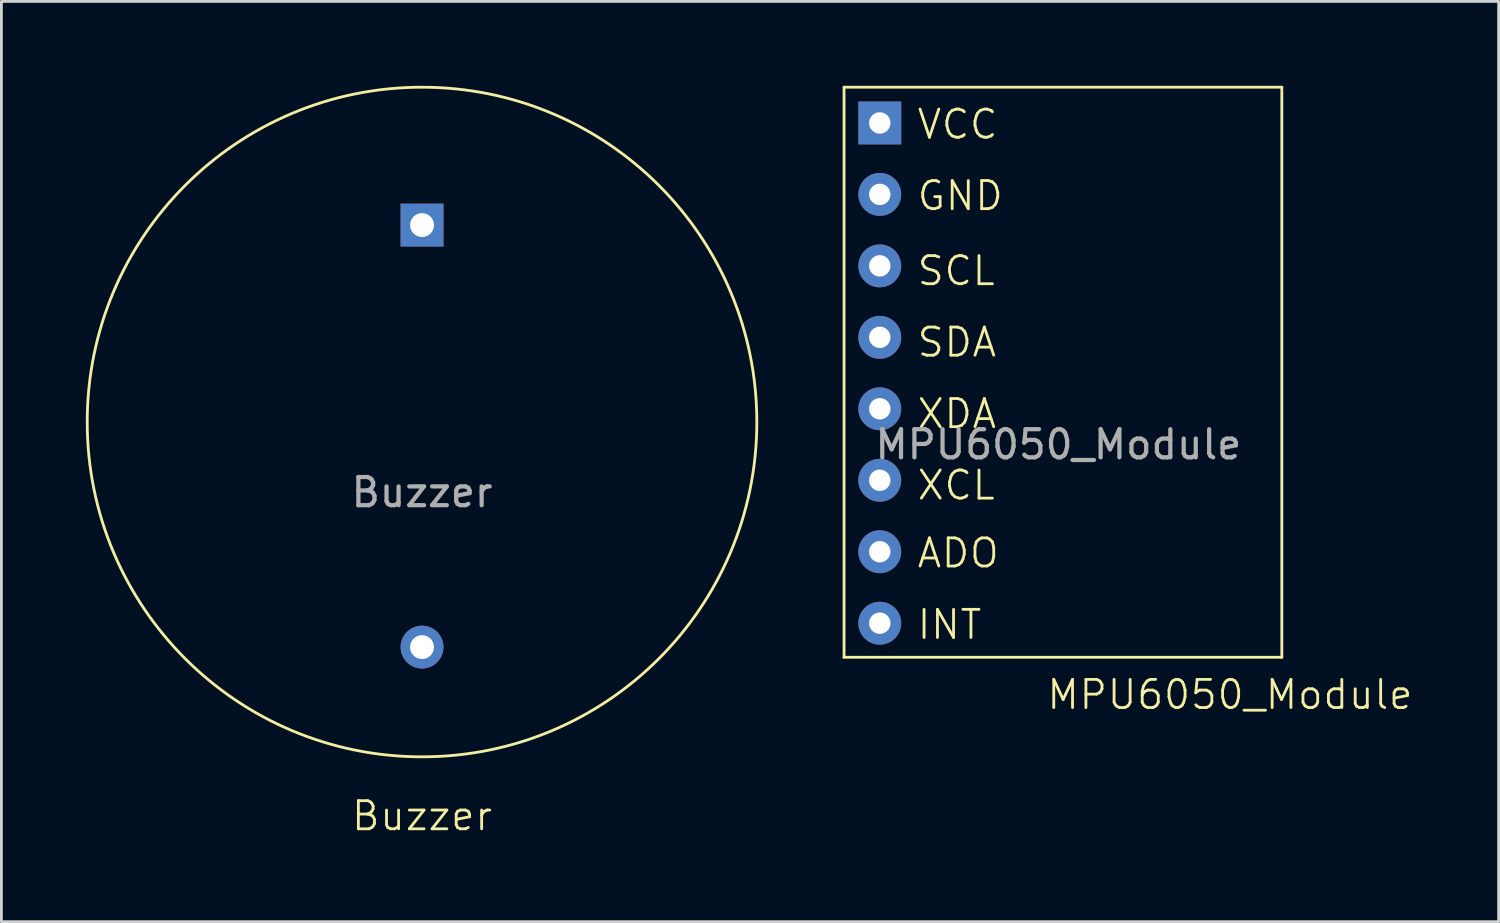
<source format=kicad_pcb>
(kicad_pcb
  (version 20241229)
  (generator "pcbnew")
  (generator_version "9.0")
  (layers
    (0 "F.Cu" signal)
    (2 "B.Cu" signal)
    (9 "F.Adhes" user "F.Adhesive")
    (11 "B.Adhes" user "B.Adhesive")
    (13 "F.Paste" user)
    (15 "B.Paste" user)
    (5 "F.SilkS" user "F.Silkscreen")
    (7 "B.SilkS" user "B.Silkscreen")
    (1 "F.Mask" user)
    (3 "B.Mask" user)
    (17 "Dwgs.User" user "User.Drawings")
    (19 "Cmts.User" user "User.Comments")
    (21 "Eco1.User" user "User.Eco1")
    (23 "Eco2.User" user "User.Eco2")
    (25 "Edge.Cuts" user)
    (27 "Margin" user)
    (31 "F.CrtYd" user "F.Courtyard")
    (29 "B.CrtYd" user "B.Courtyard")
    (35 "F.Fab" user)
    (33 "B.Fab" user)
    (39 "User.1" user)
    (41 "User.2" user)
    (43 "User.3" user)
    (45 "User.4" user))
  (footprint "Buzzer"
    (layer "F.Cu")
    (at 11.95 11.95)
    (property "Reference" "Buzzer" (at 0 14 0) (unlocked yes) (layer "F.SilkS") (effects (font (size 1 1) (thickness 0.1))))
    (attr through_hole)
    (fp_circle (center 0 0) (end 11.9 0) (stroke (width 0.1) (type default)) (fill no) (layer "F.SilkS"))
    (fp_text user "${REFERENCE}" (at 0 2.5 0) (unlocked yes) (layer "F.Fab") (effects (font (size 1 1) (thickness 0.15))))
    (pad "1" thru_hole rect (at 0 -7) (size 1.524 1.524) (drill 0.85) (layers "*.Cu" "*.Mask"))
    (pad "2" thru_hole circle (at 0 8) (size 1.524 1.524) (drill 0.85) (layers "*.Cu" "*.Mask")))
  (footprint "MPU6050_Module"
    (layer "F.Cu")
    (at 34.57 7.67)
    (property "Reference" "MPU6050_Module" (at 6.096 13.97 0) (unlocked yes) (layer "F.SilkS") (effects (font (size 1 1) (thickness 0.1))))
    (attr through_hole)
    (fp_line (start -7.62 -7.62) (end 7.94 -7.62) (stroke (width 0.1) (type default)) (layer "F.SilkS"))
    (fp_line (start -7.62 12.642) (end -7.62 -7.62) (stroke (width 0.1) (type default)) (layer "F.SilkS"))
    (fp_line (start 7.94 -7.62) (end 7.94 12.642) (stroke (width 0.1) (type default)) (layer "F.SilkS"))
    (fp_line (start 7.94 12.642) (end -7.62 12.642) (stroke (width 0.1) (type default)) (layer "F.SilkS"))
    (fp_text user "VCC" (at -5.08 -5.715 0) (unlocked yes) (layer "F.SilkS") (effects (font (size 1 1) (thickness 0.1)) (justify left bottom)))
    (fp_text user "GND" (at -5.08 -3.175 0) (unlocked yes) (layer "F.SilkS") (effects (font (size 1 1) (thickness 0.1)) (justify left bottom)))
    (fp_text user "INT" (at -5.08 12.065 0) (unlocked yes) (layer "F.SilkS") (effects (font (size 1 1) (thickness 0.1)) (justify left bottom)))
    (fp_text user "ADO" (at -5.08 9.525 0) (unlocked yes) (layer "F.SilkS") (effects (font (size 1 1) (thickness 0.1)) (justify left bottom)))
    (fp_text user "SCL" (at -5.08 -0.508 0) (unlocked yes) (layer "F.SilkS") (effects (font (size 1 1) (thickness 0.1)) (justify left bottom)))
    (fp_text user "XDA" (at -5.08 4.572 0) (unlocked yes) (layer "F.SilkS") (effects (font (size 1 1) (thickness 0.1)) (justify left bottom)))
    (fp_text user "SDA" (at -5.08 2.032 0) (unlocked yes) (layer "F.SilkS") (effects (font (size 1 1) (thickness 0.1)) (justify left bottom)))
    (fp_text user "XCL" (at -5.08 7.112 0) (unlocked yes) (layer "F.SilkS") (effects (font (size 1 1) (thickness 0.1)) (justify left bottom)))
    (fp_text user "${REFERENCE}" (at 0 5.08 0) (unlocked yes) (layer "F.Fab") (effects (font (size 1 1) (thickness 0.15))))
    (pad "1" thru_hole rect (at -6.35 -6.35) (size 1.524 1.524) (drill 0.762) (layers "*.Cu" "*.Mask"))
    (pad "2" thru_hole circle (at -6.35 -3.81) (size 1.524 1.524) (drill 0.762) (layers "*.Cu" "*.Mask"))
    (pad "3" thru_hole circle (at -6.35 -1.27) (size 1.524 1.524) (drill 0.762) (layers "*.Cu" "*.Mask"))
    (pad "4" thru_hole circle (at -6.35 1.27) (size 1.524 1.524) (drill 0.762) (layers "*.Cu" "*.Mask"))
    (pad "5" thru_hole circle (at -6.35 3.81) (size 1.524 1.524) (drill 0.762) (layers "*.Cu" "*.Mask"))
    (pad "6" thru_hole circle (at -6.35 6.35) (size 1.524 1.524) (drill 0.762) (layers "*.Cu" "*.Mask"))
    (pad "7" thru_hole circle (at -6.35 8.89) (size 1.524 1.524) (drill 0.762) (layers "*.Cu" "*.Mask"))
    (pad "8" thru_hole circle (at -6.35 11.43) (size 1.524 1.524) (drill 0.762) (layers "*.Cu" "*.Mask"))
    (zone (net_name "") (layer "F.SilkS") (hatch edge 0.5) (connect_pads) (min_thickness 0.25) (filled_areas_thickness no) (keepout (tracks allowed) (vias allowed) (pads not_allowed) (copperpour allowed) (footprints not_allowed)) (placement (enabled no)) (fill) (polygon (pts (xy 26.95 0.05) (xy 42.51 0.05) (xy 42.51 20.312) (xy 26.95 20.312)))))
  (gr_rect
    (start -3 -3)
    (end 50.216 29.71)
    (stroke (width 0.1) (type default))
    (fill no)
    (layer "Edge.Cuts")))
</source>
